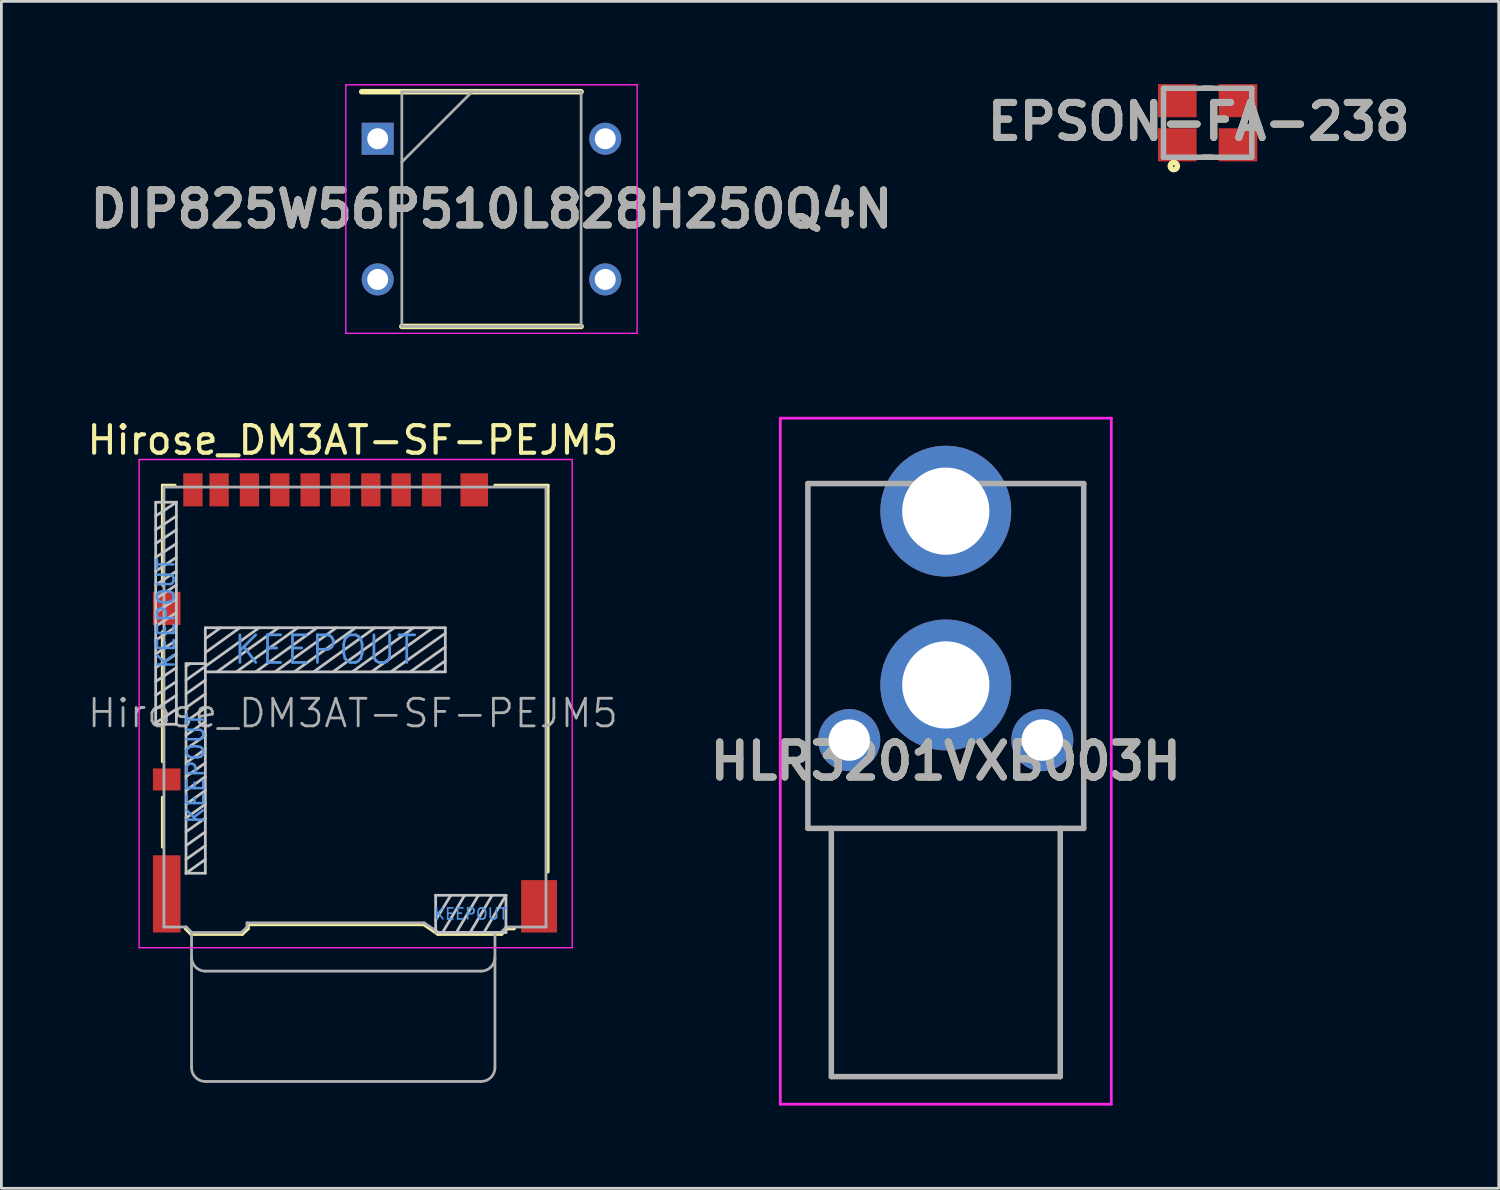
<source format=kicad_pcb>
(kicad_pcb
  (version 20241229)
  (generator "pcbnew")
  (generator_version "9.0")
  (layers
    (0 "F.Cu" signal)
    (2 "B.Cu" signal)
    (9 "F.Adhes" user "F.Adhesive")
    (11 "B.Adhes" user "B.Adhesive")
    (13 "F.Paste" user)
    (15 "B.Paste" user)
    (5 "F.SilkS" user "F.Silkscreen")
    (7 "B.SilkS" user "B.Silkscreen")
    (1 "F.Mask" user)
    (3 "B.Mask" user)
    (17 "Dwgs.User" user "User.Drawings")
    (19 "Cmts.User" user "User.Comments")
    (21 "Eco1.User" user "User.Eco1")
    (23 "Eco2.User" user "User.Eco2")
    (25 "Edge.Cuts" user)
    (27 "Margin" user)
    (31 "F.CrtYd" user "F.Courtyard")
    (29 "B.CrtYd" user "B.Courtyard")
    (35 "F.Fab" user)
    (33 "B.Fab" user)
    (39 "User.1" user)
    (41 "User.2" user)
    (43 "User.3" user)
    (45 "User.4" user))
  (footprint "DIP825W56P510L828H250Q4N"
    (layer "F.Cu")
    (at 14.768 4.53)
    (property "Reference" "DIP825W56P510L828H250Q4N" (at 0 0 0) (layer "F.SilkS") (effects (font (size 1.27 1.27) (thickness 0.254))))
    (attr through_hole)
    (fp_line (start -4.705 -4.255) (end 3.25 -4.255) (stroke (width 0.2) (type solid)) (layer "F.SilkS"))
    (fp_line (start -3.25 4.255) (end 3.25 4.255) (stroke (width 0.2) (type solid)) (layer "F.SilkS"))
    (fp_line (start -5.28 -4.505) (end 5.28 -4.505) (stroke (width 0.05) (type solid)) (layer "F.CrtYd"))
    (fp_line (start -5.28 4.505) (end -5.28 -4.505) (stroke (width 0.05) (type solid)) (layer "F.CrtYd"))
    (fp_line (start 5.28 -4.505) (end 5.28 4.505) (stroke (width 0.05) (type solid)) (layer "F.CrtYd"))
    (fp_line (start 5.28 4.505) (end -5.28 4.505) (stroke (width 0.05) (type solid)) (layer "F.CrtYd"))
    (fp_line (start -3.25 -4.255) (end 3.25 -4.255) (stroke (width 0.1) (type solid)) (layer "F.Fab"))
    (fp_line (start -3.25 -1.705) (end -0.7 -4.255) (stroke (width 0.1) (type solid)) (layer "F.Fab"))
    (fp_line (start -3.25 4.255) (end -3.25 -4.255) (stroke (width 0.1) (type solid)) (layer "F.Fab"))
    (fp_line (start 3.25 -4.255) (end 3.25 4.255) (stroke (width 0.1) (type solid)) (layer "F.Fab"))
    (fp_line (start 3.25 4.255) (end -3.25 4.255) (stroke (width 0.1) (type solid)) (layer "F.Fab"))
    (fp_text user "${REFERENCE}" (at 0 0 0) (layer "F.Fab") (effects (font (size 1.27 1.27) (thickness 0.254))))
    (pad "1" thru_hole rect (at -4.125 -2.55) (size 1.16 1.16) (drill 0.76) (layers "*.Cu" "*.Mask"))
    (pad "2" thru_hole circle (at -4.125 2.55) (size 1.16 1.16) (drill 0.76) (layers "*.Cu" "*.Mask"))
    (pad "3" thru_hole circle (at 4.125 2.55) (size 1.16 1.16) (drill 0.76) (layers "*.Cu" "*.Mask"))
    (pad "4" thru_hole circle (at 4.125 -2.55) (size 1.16 1.16) (drill 0.76) (layers "*.Cu" "*.Mask")))
  (footprint "HLR3201VXB003H"
    (layer "F.Cu")
    (at 31.239 21.782)
    (property "Reference" "HLR3201VXB003H" (at 0 2.764 0) (layer "F.SilkS") (effects (font (size 1.27 1.27) (thickness 0.254))))
    (attr through_hole)
    (fp_line (start -5 -7.3) (end -5 5.2) (stroke (width 0.1) (type solid)) (layer "F.SilkS"))
    (fp_line (start -5 5.2) (end 5 5.2) (stroke (width 0.1) (type solid)) (layer "F.SilkS"))
    (fp_line (start -3 -7.3) (end -5 -7.3) (stroke (width 0.1) (type solid)) (layer "F.SilkS"))
    (fp_line (start 5 -7.3) (end 3 -7.3) (stroke (width 0.1) (type solid)) (layer "F.SilkS"))
    (fp_line (start 5 5.2) (end 5 -7.3) (stroke (width 0.1) (type solid)) (layer "F.SilkS"))
    (fp_line (start -6 -9.672) (end 6 -9.672) (stroke (width 0.1) (type solid)) (layer "F.CrtYd"))
    (fp_line (start -6 15.2) (end -6 -9.672) (stroke (width 0.1) (type solid)) (layer "F.CrtYd"))
    (fp_line (start 6 -9.672) (end 6 15.2) (stroke (width 0.1) (type solid)) (layer "F.CrtYd"))
    (fp_line (start 6 15.2) (end -6 15.2) (stroke (width 0.1) (type solid)) (layer "F.CrtYd"))
    (fp_line (start -5 -7.3) (end 5 -7.3) (stroke (width 0.2) (type solid)) (layer "F.Fab"))
    (fp_line (start -5 5.2) (end -5 -7.3) (stroke (width 0.2) (type solid)) (layer "F.Fab"))
    (fp_line (start -4.15 5.2) (end -4.15 14.2) (stroke (width 0.2) (type solid)) (layer "F.Fab"))
    (fp_line (start -4.15 14.2) (end 4.15 14.2) (stroke (width 0.2) (type solid)) (layer "F.Fab"))
    (fp_line (start 4.15 14.2) (end 4.15 5.2) (stroke (width 0.2) (type solid)) (layer "F.Fab"))
    (fp_line (start 5 -7.3) (end 5 5.2) (stroke (width 0.2) (type solid)) (layer "F.Fab"))
    (fp_line (start 5 5.2) (end -5 5.2) (stroke (width 0.2) (type solid)) (layer "F.Fab"))
    (fp_text user "${REFERENCE}" (at 0 2.764 0) (layer "F.Fab") (effects (font (size 1.27 1.27) (thickness 0.254))))
    (pad "1" thru_hole circle (at 0 -6.3) (size 4.743 4.743) (drill 3.162) (layers "*.Cu" "*.Mask"))
    (pad "2" thru_hole circle (at 0 0) (size 4.743 4.743) (drill 3.162) (layers "*.Cu" "*.Mask"))
    (pad "MH1" thru_hole circle (at -3.5 2) (size 2.25 2.25) (drill 1.5) (layers "*.Cu" "*.Mask"))
    (pad "MH2" thru_hole circle (at 3.5 2) (size 2.25 2.25) (drill 1.5) (layers "*.Cu" "*.Mask")))
  (footprint "EPSON-FA-238"
    (layer "F.Cu")
    (at 40.732 1.4)
    (property "Reference" "EPSON-FA-238" (at -0.321 -0.041 0) (layer "F.SilkS") (effects (font (size 1.27 1.27) (thickness 0.254))))
    (attr smd)
    (fp_line (start -0.15 -1.25) (end 0.15 -1.25) (stroke (width 0.2) (type solid)) (layer "F.SilkS"))
    (fp_line (start -0.15 1.25) (end 0.15 1.25) (stroke (width 0.2) (type solid)) (layer "F.SilkS"))
    (fp_circle (center -1.226 1.571) (end -1.226 1.601) (stroke (width 0.2) (type solid)) (fill no) (layer "F.SilkS"))
    (fp_line (start -1.6 -1.25) (end 1.6 -1.25) (stroke (width 0.2) (type solid)) (layer "F.Fab"))
    (fp_line (start -1.6 1.25) (end -1.6 -1.25) (stroke (width 0.2) (type solid)) (layer "F.Fab"))
    (fp_line (start 1.6 -1.25) (end 1.6 1.25) (stroke (width 0.2) (type solid)) (layer "F.Fab"))
    (fp_line (start 1.6 1.25) (end -1.6 1.25) (stroke (width 0.2) (type solid)) (layer "F.Fab"))
    (fp_text user "${REFERENCE}" (at -0.321 -0.041 0) (layer "F.Fab") (effects (font (size 1.27 1.27) (thickness 0.254))))
    (pad "1" smd rect (at -1.1 0.8 90) (size 1.2 1.4) (layers "F.Cu" "F.Mask" "F.Paste"))
    (pad "2" smd rect (at 1.1 0.8 90) (size 1.2 1.4) (layers "F.Cu" "F.Mask" "F.Paste"))
    (pad "3" smd rect (at 1.1 -0.8 90) (size 1.2 1.4) (layers "F.Cu" "F.Mask" "F.Paste"))
    (pad "4" smd rect (at -1.1 -0.8 90) (size 1.2 1.4) (layers "F.Cu" "F.Mask" "F.Paste")))
  (footprint "Hirose_DM3AT-SF-PEJM5"
    (layer "F.Cu")
    (at 12.594 15.308)
    (property "Reference" "Hirose_DM3AT-SF-PEJM5" (at -2.85 -2.4 180) (layer "F.SilkS") (effects (font (size 1 1) (thickness 0.15))))
    (attr smd)
    (fp_line (start -9.75 -0.76) (end -9.75 2.85) (stroke (width 0.12) (type solid)) (layer "F.SilkS"))
    (fp_line (start -9.75 4.55) (end -9.75 9.25) (stroke (width 0.12) (type solid)) (layer "F.SilkS"))
    (fp_line (start -9.75 10.55) (end -9.75 12.35) (stroke (width 0.12) (type solid)) (layer "F.SilkS"))
    (fp_line (start -9.3 -0.76) (end -9.75 -0.76) (stroke (width 0.12) (type solid)) (layer "F.SilkS"))
    (fp_line (start -8.72 15.51) (end -8.92 15.31) (stroke (width 0.12) (type solid)) (layer "F.SilkS"))
    (fp_line (start -8.72 15.51) (end -6.86 15.51) (stroke (width 0.12) (type solid)) (layer "F.SilkS"))
    (fp_line (start -6.86 15.51) (end -6.65 15.31) (stroke (width 0.12) (type solid)) (layer "F.SilkS"))
    (fp_line (start -6.65 15.16) (end -6.65 15.31) (stroke (width 0.12) (type solid)) (layer "F.SilkS"))
    (fp_line (start -6.65 15.16) (end -0.28 15.16) (stroke (width 0.12) (type solid)) (layer "F.SilkS"))
    (fp_line (start 0.23 15.51) (end -0.28 15.16) (stroke (width 0.12) (type solid)) (layer "F.SilkS"))
    (fp_line (start 2.3 -0.76) (end 4.22 -0.76) (stroke (width 0.12) (type solid)) (layer "F.SilkS"))
    (fp_line (start 2.54 15.51) (end 0.23 15.51) (stroke (width 0.12) (type solid)) (layer "F.SilkS"))
    (fp_line (start 2.54 15.51) (end 2.74 15.31) (stroke (width 0.12) (type solid)) (layer "F.SilkS"))
    (fp_line (start 2.74 15.31) (end 3 15.31) (stroke (width 0.12) (type solid)) (layer "F.SilkS"))
    (fp_line (start 4.22 -0.76) (end 4.22 13.25) (stroke (width 0.12) (type solid)) (layer "F.SilkS"))
    (fp_line (start -10 -0.15) (end -9.25 -0.15) (stroke (width 0.1) (type solid)) (layer "Dwgs.User"))
    (fp_line (start -10 7.9) (end -10 -0.15) (stroke (width 0.1) (type solid)) (layer "Dwgs.User"))
    (fp_line (start -9.25 -0.15) (end -10 0.35) (stroke (width 0.1) (type solid)) (layer "Dwgs.User"))
    (fp_line (start -9.25 -0.15) (end -9.25 7.9) (stroke (width 0.1) (type solid)) (layer "Dwgs.User"))
    (fp_line (start -9.25 0.35) (end -10 0.85) (stroke (width 0.1) (type solid)) (layer "Dwgs.User"))
    (fp_line (start -9.25 0.85) (end -10 1.35) (stroke (width 0.1) (type solid)) (layer "Dwgs.User"))
    (fp_line (start -9.25 1.35) (end -10 1.85) (stroke (width 0.1) (type solid)) (layer "Dwgs.User"))
    (fp_line (start -9.25 1.85) (end -10 2.35) (stroke (width 0.1) (type solid)) (layer "Dwgs.User"))
    (fp_line (start -9.25 2.35) (end -10 2.85) (stroke (width 0.1) (type solid)) (layer "Dwgs.User"))
    (fp_line (start -9.25 2.85) (end -10 3.35) (stroke (width 0.1) (type solid)) (layer "Dwgs.User"))
    (fp_line (start -9.25 3.35) (end -10 3.85) (stroke (width 0.1) (type solid)) (layer "Dwgs.User"))
    (fp_line (start -9.25 3.85) (end -10 4.35) (stroke (width 0.1) (type solid)) (layer "Dwgs.User"))
    (fp_line (start -9.25 4.35) (end -10 4.85) (stroke (width 0.1) (type solid)) (layer "Dwgs.User"))
    (fp_line (start -9.25 4.85) (end -10 5.35) (stroke (width 0.1) (type solid)) (layer "Dwgs.User"))
    (fp_line (start -9.25 5.35) (end -10 5.85) (stroke (width 0.1) (type solid)) (layer "Dwgs.User"))
    (fp_line (start -9.25 5.85) (end -10 6.35) (stroke (width 0.1) (type solid)) (layer "Dwgs.User"))
    (fp_line (start -9.25 6.35) (end -10 6.85) (stroke (width 0.1) (type solid)) (layer "Dwgs.User"))
    (fp_line (start -9.25 6.85) (end -10 7.35) (stroke (width 0.1) (type solid)) (layer "Dwgs.User"))
    (fp_line (start -9.25 7.35) (end -10 7.85) (stroke (width 0.1) (type solid)) (layer "Dwgs.User"))
    (fp_line (start -9.25 7.9) (end -10 7.9) (stroke (width 0.1) (type solid)) (layer "Dwgs.User"))
    (fp_line (start -8.9 5.7) (end -8.2 5.7) (stroke (width 0.1) (type solid)) (layer "Dwgs.User"))
    (fp_line (start -8.9 5.8) (end -8.75 5.7) (stroke (width 0.1) (type solid)) (layer "Dwgs.User"))
    (fp_line (start -8.9 6.3) (end -8.2 5.8) (stroke (width 0.1) (type solid)) (layer "Dwgs.User"))
    (fp_line (start -8.9 6.8) (end -8.2 6.3) (stroke (width 0.1) (type solid)) (layer "Dwgs.User"))
    (fp_line (start -8.9 7.3) (end -8.2 6.8) (stroke (width 0.1) (type solid)) (layer "Dwgs.User"))
    (fp_line (start -8.9 7.8) (end -8.2 7.3) (stroke (width 0.1) (type solid)) (layer "Dwgs.User"))
    (fp_line (start -8.9 8.3) (end -8.2 7.8) (stroke (width 0.1) (type solid)) (layer "Dwgs.User"))
    (fp_line (start -8.9 8.8) (end -8.2 8.3) (stroke (width 0.1) (type solid)) (layer "Dwgs.User"))
    (fp_line (start -8.9 9.3) (end -8.2 8.8) (stroke (width 0.1) (type solid)) (layer "Dwgs.User"))
    (fp_line (start -8.9 9.8) (end -8.2 9.3) (stroke (width 0.1) (type solid)) (layer "Dwgs.User"))
    (fp_line (start -8.9 10.3) (end -8.2 9.8) (stroke (width 0.1) (type solid)) (layer "Dwgs.User"))
    (fp_line (start -8.9 10.8) (end -8.2 10.3) (stroke (width 0.1) (type solid)) (layer "Dwgs.User"))
    (fp_line (start -8.9 11.3) (end -8.2 10.8) (stroke (width 0.1) (type solid)) (layer "Dwgs.User"))
    (fp_line (start -8.9 11.8) (end -8.2 11.3) (stroke (width 0.1) (type solid)) (layer "Dwgs.User"))
    (fp_line (start -8.9 12.3) (end -8.2 11.8) (stroke (width 0.1) (type solid)) (layer "Dwgs.User"))
    (fp_line (start -8.9 12.8) (end -8.2 12.3) (stroke (width 0.1) (type solid)) (layer "Dwgs.User"))
    (fp_line (start -8.9 13.3) (end -8.9 5.7) (stroke (width 0.1) (type solid)) (layer "Dwgs.User"))
    (fp_line (start -8.9 13.3) (end -8.2 12.8) (stroke (width 0.1) (type solid)) (layer "Dwgs.User"))
    (fp_line (start -8.2 4.4) (end -8.2 13.3) (stroke (width 0.1) (type solid)) (layer "Dwgs.User"))
    (fp_line (start -8.2 4.4) (end 0.5 4.4) (stroke (width 0.1) (type solid)) (layer "Dwgs.User"))
    (fp_line (start -8.2 5.8) (end -6.25 4.4) (stroke (width 0.1) (type solid)) (layer "Dwgs.User"))
    (fp_line (start -8.2 13.3) (end -8.9 13.3) (stroke (width 0.1) (type solid)) (layer "Dwgs.User"))
    (fp_line (start -7.65 4.4) (end -8.2 4.8) (stroke (width 0.1) (type solid)) (layer "Dwgs.User"))
    (fp_line (start -6.95 4.4) (end -8.2 5.3) (stroke (width 0.1) (type solid)) (layer "Dwgs.User"))
    (fp_line (start -5.55 4.4) (end -7.775 6) (stroke (width 0.1) (type solid)) (layer "Dwgs.User"))
    (fp_line (start -4.85 4.4) (end -7.075 6) (stroke (width 0.1) (type solid)) (layer "Dwgs.User"))
    (fp_line (start -4.15 4.4) (end -6.375 6) (stroke (width 0.1) (type solid)) (layer "Dwgs.User"))
    (fp_line (start -3.45 4.4) (end -5.675 6) (stroke (width 0.1) (type solid)) (layer "Dwgs.User"))
    (fp_line (start -2.75 4.4) (end -4.975 6) (stroke (width 0.1) (type solid)) (layer "Dwgs.User"))
    (fp_line (start -2.05 4.4) (end -4.275 6) (stroke (width 0.1) (type solid)) (layer "Dwgs.User"))
    (fp_line (start -1.35 4.4) (end -3.575 6) (stroke (width 0.1) (type solid)) (layer "Dwgs.User"))
    (fp_line (start -0.65 4.4) (end -2.875 6) (stroke (width 0.1) (type solid)) (layer "Dwgs.User"))
    (fp_line (start 0.05 4.4) (end -2.175 6) (stroke (width 0.1) (type solid)) (layer "Dwgs.User"))
    (fp_line (start 0.15 14.1) (end 2.7 14.1) (stroke (width 0.1) (type solid)) (layer "Dwgs.User"))
    (fp_line (start 0.15 15.45) (end 0.15 14.1) (stroke (width 0.1) (type solid)) (layer "Dwgs.User"))
    (fp_line (start 0.5 4.4) (end 0.5 6) (stroke (width 0.1) (type solid)) (layer "Dwgs.User"))
    (fp_line (start 0.5 4.6) (end -1.475 6) (stroke (width 0.1) (type solid)) (layer "Dwgs.User"))
    (fp_line (start 0.5 5.1) (end -0.775 6) (stroke (width 0.1) (type solid)) (layer "Dwgs.User"))
    (fp_line (start 0.5 5.6) (end -0.075 6) (stroke (width 0.1) (type solid)) (layer "Dwgs.User"))
    (fp_line (start 0.5 6) (end -8.2 6) (stroke (width 0.1) (type solid)) (layer "Dwgs.User"))
    (fp_line (start 0.7 14.1) (end 0.15 15) (stroke (width 0.1) (type solid)) (layer "Dwgs.User"))
    (fp_line (start 1.2 14.1) (end 0.4 15.45) (stroke (width 0.1) (type solid)) (layer "Dwgs.User"))
    (fp_line (start 1.7 14.1) (end 0.9 15.45) (stroke (width 0.1) (type solid)) (layer "Dwgs.User"))
    (fp_line (start 2.2 14.1) (end 1.4 15.45) (stroke (width 0.1) (type solid)) (layer "Dwgs.User"))
    (fp_line (start 2.7 14.1) (end 1.9 15.45) (stroke (width 0.1) (type solid)) (layer "Dwgs.User"))
    (fp_line (start 2.7 14.1) (end 2.7 15.45) (stroke (width 0.1) (type solid)) (layer "Dwgs.User"))
    (fp_line (start 2.7 15.45) (end 0.15 15.45) (stroke (width 0.1) (type solid)) (layer "Dwgs.User"))
    (fp_line (start -10.6 -1.7) (end 5.1 -1.7) (stroke (width 0.05) (type solid)) (layer "F.CrtYd"))
    (fp_line (start -10.6 16) (end -10.6 -1.7) (stroke (width 0.05) (type solid)) (layer "F.CrtYd"))
    (fp_line (start 5.1 -1.7) (end 5.1 16) (stroke (width 0.05) (type solid)) (layer "F.CrtYd"))
    (fp_line (start 5.1 16) (end -10.6 16) (stroke (width 0.05) (type solid)) (layer "F.CrtYd"))
    (fp_line (start -9.7 15.25) (end -9.7 -0.7) (stroke (width 0.1) (type solid)) (layer "F.Fab"))
    (fp_line (start -8.89 15.25) (end -9.7 15.25) (stroke (width 0.1) (type solid)) (layer "F.Fab"))
    (fp_line (start -8.7 15.45) (end -8.7 20.35) (stroke (width 0.1) (type solid)) (layer "F.Fab"))
    (fp_line (start -8.69 15.45) (end -8.89 15.25) (stroke (width 0.1) (type solid)) (layer "F.Fab"))
    (fp_line (start -8.2 16.85) (end 1.8 16.85) (stroke (width 0.1) (type solid)) (layer "F.Fab"))
    (fp_line (start -8.2 20.85) (end 1.8 20.85) (stroke (width 0.1) (type solid)) (layer "F.Fab"))
    (fp_line (start -6.89 15.45) (end -8.69 15.45) (stroke (width 0.1) (type solid)) (layer "F.Fab"))
    (fp_line (start -6.69 15.25) (end -6.89 15.45) (stroke (width 0.1) (type solid)) (layer "F.Fab"))
    (fp_line (start -6.69 15.25) (end -6.69 15.1) (stroke (width 0.1) (type solid)) (layer "F.Fab"))
    (fp_line (start -0.265 15.1) (end -6.69 15.1) (stroke (width 0.1) (type solid)) (layer "F.Fab"))
    (fp_line (start 0.26 15.45) (end -0.265 15.1) (stroke (width 0.1) (type solid)) (layer "F.Fab"))
    (fp_line (start 2.3 20.35) (end 2.3 15.45) (stroke (width 0.1) (type solid)) (layer "F.Fab"))
    (fp_line (start 2.51 15.45) (end 0.26 15.45) (stroke (width 0.1) (type solid)) (layer "F.Fab"))
    (fp_line (start 2.51 15.45) (end 2.71 15.25) (stroke (width 0.1) (type solid)) (layer "F.Fab"))
    (fp_line (start 2.71 15.25) (end 4.15 15.25) (stroke (width 0.1) (type solid)) (layer "F.Fab"))
    (fp_line (start 4.15 -0.7) (end -9.7 -0.7) (stroke (width 0.1) (type solid)) (layer "F.Fab"))
    (fp_line (start 4.15 15.25) (end 4.15 -0.7) (stroke (width 0.1) (type solid)) (layer "F.Fab"))
    (fp_arc (start -8.2 16.85) (mid -8.553553 16.703553) (end -8.7 16.35) (stroke (width 0.1) (type solid)) (layer "F.Fab"))
    (fp_arc (start -8.2 20.85) (mid -8.553553 20.703553) (end -8.7 20.35) (stroke (width 0.1) (type solid)) (layer "F.Fab"))
    (fp_arc (start 2.3 16.35) (mid 2.153553 16.703553) (end 1.8 16.85) (stroke (width 0.1) (type solid)) (layer "F.Fab"))
    (fp_arc (start 2.3 20.35) (mid 2.153553 20.703553) (end 1.8 20.85) (stroke (width 0.1) (type solid)) (layer "F.Fab"))
    (fp_text user "KEEPOUT" (at -8.55 9.5 270) (layer "Cmts.User") (effects (font (size 0.6 0.6) (thickness 0.09))))
    (fp_text user "KEEPOUT" (at -9.625 3.875 270) (layer "Cmts.User") (effects (font (size 0.6 0.6) (thickness 0.09))))
    (fp_text user "KEEPOUT" (at 1.425 14.775 180) (layer "Cmts.User") (effects (font (size 0.4 0.4) (thickness 0.06))))
    (fp_text user "KEEPOUT" (at -3.85 5.2 180) (layer "Cmts.User") (effects (font (size 1 1) (thickness 0.1))))
    (fp_text user "${REFERENCE}" (at -2.85 7.5 180) (layer "F.Fab") (effects (font (size 1 1) (thickness 0.1))))
    (pad "1" smd rect (at 0 -0.6) (size 0.7 1.2) (layers "F.Cu" "F.Mask" "F.Paste"))
    (pad "2" smd rect (at -1.1 -0.6) (size 0.7 1.2) (layers "F.Cu" "F.Mask" "F.Paste"))
    (pad "3" smd rect (at -2.2 -0.6) (size 0.7 1.2) (layers "F.Cu" "F.Mask" "F.Paste"))
    (pad "4" smd rect (at -3.3 -0.6) (size 0.7 1.2) (layers "F.Cu" "F.Mask" "F.Paste"))
    (pad "5" smd rect (at -4.4 -0.6) (size 0.7 1.2) (layers "F.Cu" "F.Mask" "F.Paste"))
    (pad "6" smd rect (at -5.5 -0.6) (size 0.7 1.2) (layers "F.Cu" "F.Mask" "F.Paste"))
    (pad "7" smd rect (at -6.6 -0.6) (size 0.7 1.2) (layers "F.Cu" "F.Mask" "F.Paste"))
    (pad "8" smd rect (at -7.7 -0.6) (size 0.7 1.2) (layers "F.Cu" "F.Mask" "F.Paste"))
    (pad "9" smd rect (at -8.65 -0.6) (size 0.7 1.2) (layers "F.Cu" "F.Mask" "F.Paste"))
    (pad "10" smd rect (at -9.6 9.9) (size 1 0.8) (layers "F.Cu" "F.Mask" "F.Paste"))
    (pad "11" smd rect (at -9.6 3.7) (size 1 1.2) (layers "F.Cu" "F.Mask" "F.Paste"))
    (pad "11" smd rect (at -9.6 14.05) (size 1 2.8) (layers "F.Cu" "F.Mask" "F.Paste"))
    (pad "11" smd rect (at 1.55 -0.6) (size 1 1.2) (layers "F.Cu" "F.Mask" "F.Paste"))
    (pad "11" smd rect (at 3.9 14.5) (size 1.3 1.9) (layers "F.Cu" "F.Mask" "F.Paste")))
  (gr_rect
    (start -3 -3)
    (end 51.285 40.032)
    (stroke (width 0.1) (type default))
    (fill no)
    (layer "Edge.Cuts")))
</source>
